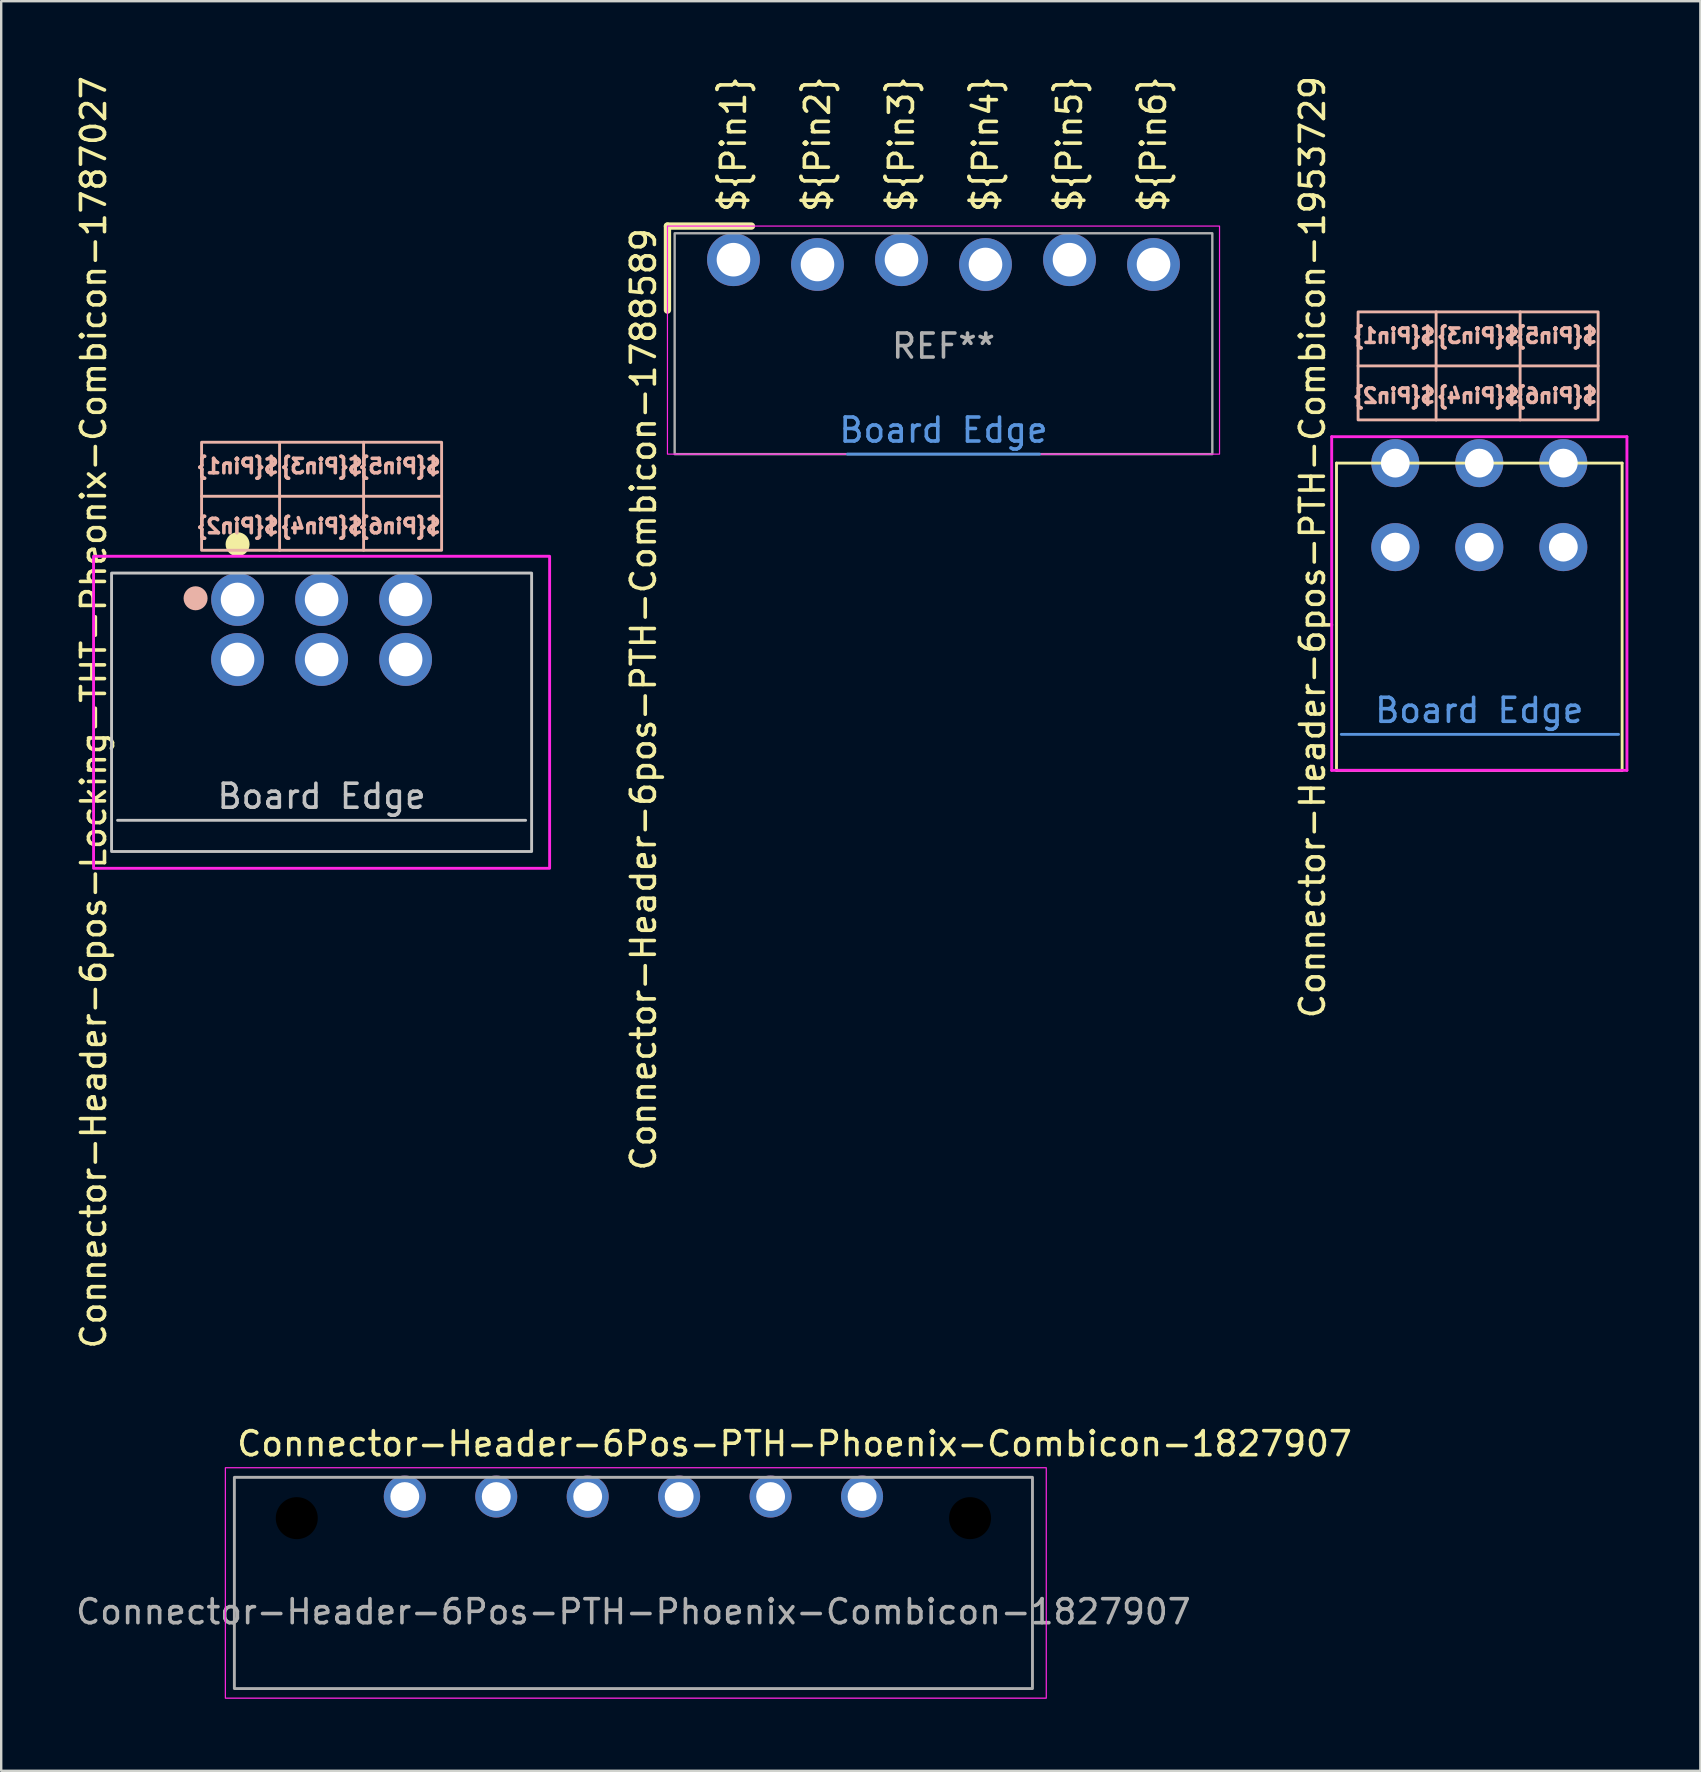
<source format=kicad_pcb>
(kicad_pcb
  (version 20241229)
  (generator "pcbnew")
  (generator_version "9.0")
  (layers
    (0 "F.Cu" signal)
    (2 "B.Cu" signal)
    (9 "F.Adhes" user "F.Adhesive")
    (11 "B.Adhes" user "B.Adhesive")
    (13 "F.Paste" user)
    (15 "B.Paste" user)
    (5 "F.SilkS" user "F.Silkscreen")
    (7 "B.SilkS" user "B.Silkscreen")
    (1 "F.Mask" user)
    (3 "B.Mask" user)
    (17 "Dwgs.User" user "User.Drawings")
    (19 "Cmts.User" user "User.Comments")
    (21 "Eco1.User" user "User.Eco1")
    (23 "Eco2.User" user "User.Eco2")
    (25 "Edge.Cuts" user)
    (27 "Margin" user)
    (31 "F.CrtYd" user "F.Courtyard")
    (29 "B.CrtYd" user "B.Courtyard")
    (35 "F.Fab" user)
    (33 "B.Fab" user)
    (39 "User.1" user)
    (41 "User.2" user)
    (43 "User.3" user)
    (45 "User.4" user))
  (footprint "Connector-Header-6pos-PTH-Combicon-1953729"
    (layer "F.Cu")
    (at 58.58 19.744)
    (property "Reference" "Connector-Header-6pos-PTH-Combicon-1953729" (at -6.95 0 90) (unlocked yes) (layer "F.SilkS") (effects (font (size 1 1) (thickness 0.15))))
    (attr through_hole)
    (fp_line (start -5.95 -3.5) (end -5.95 9.3) (stroke (width 0.12) (type solid)) (layer "F.SilkS"))
    (fp_line (start 5.95 -3.5) (end -5.95 -3.5) (stroke (width 0.12) (type solid)) (layer "F.SilkS"))
    (fp_line (start 5.95 -3.5) (end 5.95 9.3) (stroke (width 0.12) (type solid)) (layer "F.SilkS"))
    (fp_line (start 5.95 9.3) (end -5.95 9.3) (stroke (width 0.12) (type solid)) (layer "F.SilkS"))
    (fp_line (start -5.05 -7.55) (end 4.95 -7.55) (stroke (width 0.12) (type solid)) (layer "B.SilkS"))
    (fp_line (start -1.8 -9.8) (end -1.8 -5.3) (stroke (width 0.12) (type solid)) (layer "B.SilkS"))
    (fp_line (start 1.7 -9.8) (end 1.7 -5.3) (stroke (width 0.12) (type solid)) (layer "B.SilkS"))
    (fp_rect (start -5.05 -9.8) (end 4.95 -5.3) (stroke (width 0.12) (type solid)) (fill no) (layer "B.SilkS"))
    (fp_line (start 5.8 7.8) (end -5.75 7.8) (stroke (width 0.12) (type solid)) (layer "Cmts.User"))
    (fp_line (start -6.15 -4.6) (end -6.15 9.3) (stroke (width 0.12) (type solid)) (layer "F.CrtYd"))
    (fp_line (start -6.15 9.3) (end 6.15 9.3) (stroke (width 0.12) (type solid)) (layer "F.CrtYd"))
    (fp_line (start 6.15 -4.6) (end -6.15 -4.6) (stroke (width 0.12) (type solid)) (layer "F.CrtYd"))
    (fp_line (start 6.15 9.3) (end 6.15 -4.6) (stroke (width 0.12) (type solid)) (layer "F.CrtYd"))
    (fp_text user "${Pin4}" (at -0.05 -6.3 0) (unlocked yes) (layer "B.SilkS") (effects (font (size 0.6 0.6) (thickness 0.15)) (justify mirror)))
    (fp_text user "${Pin6}" (at 3.2 -6.3 0) (unlocked yes) (layer "B.SilkS") (effects (font (size 0.6 0.6) (thickness 0.15)) (justify mirror)))
    (fp_text user "${Pin3}" (at -0.05 -8.8 0) (unlocked yes) (layer "B.SilkS") (effects (font (size 0.6 0.6) (thickness 0.15)) (justify mirror)))
    (fp_text user "${Pin5}" (at 3.2 -8.8 0) (unlocked yes) (layer "B.SilkS") (effects (font (size 0.6 0.6) (thickness 0.15)) (justify mirror)))
    (fp_text user "${Pin2}" (at -3.55 -6.3 0) (unlocked yes) (layer "B.SilkS") (effects (font (size 0.6 0.6) (thickness 0.15)) (justify mirror)))
    (fp_text user "${Pin1}" (at -3.55 -8.8 0) (unlocked yes) (layer "B.SilkS") (effects (font (size 0.6 0.6) (thickness 0.15)) (justify mirror)))
    (fp_text user "Board Edge" (at 0 6.8 0) (unlocked yes) (layer "Cmts.User") (effects (font (size 1 1) (thickness 0.15))))
    (pad "1" thru_hole circle (at -3.5 -3.5) (size 2 2) (drill 1.2) (layers "*.Cu" "*.Mask"))
    (pad "2" thru_hole circle (at -3.5 0) (size 2 2) (drill 1.2) (layers "*.Cu" "*.Mask"))
    (pad "3" thru_hole circle (at 0 -3.5) (size 2 2) (drill 1.2) (layers "*.Cu" "*.Mask"))
    (pad "4" thru_hole circle (at 0 0) (size 2 2) (drill 1.2) (layers "*.Cu" "*.Mask"))
    (pad "5" thru_hole circle (at 3.5 -3.5) (size 2 2) (drill 1.2) (layers "*.Cu" "*.Mask"))
    (pad "6" thru_hole circle (at 3.5 0) (size 2 2) (drill 1.2) (layers "*.Cu" "*.Mask")))
  (footprint "Connector-Header-6pos-Locking-THT-Pheonix-Combicon-1787027"
    (layer "F.Cu")
    (at 10.348 26.625)
    (property "Reference" "Connector-Header-6pos-Locking-THT-Pheonix-Combicon-1787027" (at -9.5 0 90) (unlocked yes) (layer "F.SilkS") (effects (font (size 1 1) (thickness 0.15))))
    (attr through_hole)
    (fp_circle (center -3.5 -7) (end -3.25 -7) (stroke (width 0.5) (type solid)) (fill yes) (layer "F.SilkS"))
    (fp_line (start -5 -9) (end 5 -9) (stroke (width 0.12) (type solid)) (layer "B.SilkS"))
    (fp_line (start -1.75 -11.25) (end -1.75 -6.75) (stroke (width 0.12) (type solid)) (layer "B.SilkS"))
    (fp_line (start 1.75 -11.25) (end 1.75 -6.75) (stroke (width 0.12) (type solid)) (layer "B.SilkS"))
    (fp_rect (start -5 -11.25) (end 5 -6.75) (stroke (width 0.12) (type solid)) (fill no) (layer "B.SilkS"))
    (fp_circle (center -5.25 -4.75) (end -5 -4.75) (stroke (width 0.5) (type solid)) (fill yes) (layer "B.SilkS"))
    (fp_line (start -8.5 4.5) (end 8.5 4.5) (stroke (width 0.12) (type solid)) (layer "Dwgs.User"))
    (fp_poly (pts (xy 8.75 5.8) (xy 8.75 -5.8) (xy -8.75 -5.8) (xy -8.75 5.8)) (stroke (width 0.12) (type solid)) (fill no) (layer "Dwgs.User"))
    (fp_poly (pts (xy 9.5 6.5) (xy 9.5 -6.5) (xy -9.5 -6.5) (xy -9.5 6.5)) (stroke (width 0.12) (type solid)) (fill no) (layer "F.CrtYd"))
    (fp_text user "${Pin3}" (at 0 -10.25 0) (unlocked yes) (layer "B.SilkS") (effects (font (size 0.6 0.6) (thickness 0.15)) (justify mirror)))
    (fp_text user "${Pin6}" (at 3.25 -7.75 0) (unlocked yes) (layer "B.SilkS") (effects (font (size 0.6 0.6) (thickness 0.15)) (justify mirror)))
    (fp_text user "${Pin2}" (at -3.5 -7.75 0) (unlocked yes) (layer "B.SilkS") (effects (font (size 0.6 0.6) (thickness 0.15)) (justify mirror)))
    (fp_text user "${Pin1}" (at -3.5 -10.25 0) (unlocked yes) (layer "B.SilkS") (effects (font (size 0.6 0.6) (thickness 0.15)) (justify mirror)))
    (fp_text user "${Pin5}" (at 3.25 -10.25 0) (unlocked yes) (layer "B.SilkS") (effects (font (size 0.6 0.6) (thickness 0.15)) (justify mirror)))
    (fp_text user "${Pin4}" (at 0 -7.75 0) (unlocked yes) (layer "B.SilkS") (effects (font (size 0.6 0.6) (thickness 0.15)) (justify mirror)))
    (fp_text user "Board Edge" (at 0 3.5 0) (unlocked yes) (layer "Dwgs.User") (effects (font (size 1 1) (thickness 0.15))))
    (pad "1" thru_hole circle (at -3.5 -4.7) (size 2.2 2.2) (drill 1.4) (layers "*.Cu" "*.Mask"))
    (pad "2" thru_hole circle (at -3.5 -2.2) (size 2.2 2.2) (drill 1.4) (layers "*.Cu" "*.Mask"))
    (pad "3" thru_hole circle (at 0 -4.7) (size 2.2 2.2) (drill 1.4) (layers "*.Cu" "*.Mask"))
    (pad "4" thru_hole circle (at 0 -2.2) (size 2.2 2.2) (drill 1.4) (layers "*.Cu" "*.Mask"))
    (pad "5" thru_hole circle (at 3.5 -4.7 90) (size 2.2 2.2) (drill 1.4) (layers "*.Cu" "*.Mask"))
    (pad "6" thru_hole circle (at 3.5 -2.2) (size 2.2 2.2) (drill 1.4) (layers "*.Cu" "*.Mask")))
  (footprint "Connector-Header-6pos-PTH-Combicon-1788589"
    (layer "F.Cu")
    (at 36.257 7.869)
    (property "Reference" "Connector-Header-6pos-PTH-Combicon-1788589" (at -12.5 -1.5 90) (unlocked yes) (layer "F.SilkS") (effects (font (size 1 1) (thickness 0.15)) (justify right)))
    (attr through_hole)
    (fp_line (start -11.5 -1.5) (end -11.5 2) (stroke (width 0.305) (type default)) (layer "F.SilkS"))
    (fp_line (start -8 -1.5) (end -11.5 -1.5) (stroke (width 0.305) (type default)) (layer "F.SilkS"))
    (fp_line (start 4 8) (end -4 8) (stroke (width 0.12) (type solid)) (layer "Cmts.User"))
    (fp_rect (start -11.5 -1.5) (end 11.5 8) (stroke (width 0.05) (type default)) (fill no) (layer "F.CrtYd"))
    (fp_rect (start -11.2 -1.2) (end 11.2 8) (stroke (width 0.1) (type default)) (fill no) (layer "F.Fab"))
    (fp_text user "${Pin4}" (at 1.75 -2 90) (unlocked yes) (layer "F.SilkS") (effects (font (size 1 1) (thickness 0.15)) (justify left)))
    (fp_text user "${Pin2}" (at -5.25 -2 90) (unlocked yes) (layer "F.SilkS") (effects (font (size 1 1) (thickness 0.15)) (justify left)))
    (fp_text user "${Pin5}" (at 5.25 -2 90) (unlocked yes) (layer "F.SilkS") (effects (font (size 1 1) (thickness 0.15)) (justify left)))
    (fp_text user "${Pin3}" (at -1.75 -2 90) (unlocked yes) (layer "F.SilkS") (effects (font (size 1 1) (thickness 0.15)) (justify left)))
    (fp_text user "${Pin6}" (at 8.75 -2 90) (unlocked yes) (layer "F.SilkS") (effects (font (size 1 1) (thickness 0.15)) (justify left)))
    (fp_text user "${Pin1}" (at -8.75 -2 90) (unlocked yes) (layer "F.SilkS") (effects (font (size 1 1) (thickness 0.15)) (justify left)))
    (fp_text user "Board Edge" (at 0 7 0) (unlocked yes) (layer "Cmts.User") (effects (font (size 1 1) (thickness 0.15))))
    (fp_text user "REF**" (at 0 3.5 0) (unlocked yes) (layer "F.Fab") (effects (font (size 1 1) (thickness 0.15))))
    (pad "1" thru_hole circle (at -8.75 -0.1) (size 2.2 2.2) (drill 1.4) (layers "*.Cu" "*.Mask"))
    (pad "2" thru_hole circle (at -5.25 0.1) (size 2.2 2.2) (drill 1.4) (layers "*.Cu" "*.Mask"))
    (pad "3" thru_hole circle (at -1.75 -0.1) (size 2.2 2.2) (drill 1.4) (layers "*.Cu" "*.Mask"))
    (pad "4" thru_hole circle (at 1.75 0.1) (size 2.2 2.2) (drill 1.4) (layers "*.Cu" "*.Mask"))
    (pad "5" thru_hole circle (at 5.25 -0.1) (size 2.2 2.2) (drill 1.4) (layers "*.Cu" "*.Mask"))
    (pad "6" thru_hole circle (at 8.75 0.1) (size 2.2 2.2) (drill 1.4) (layers "*.Cu" "*.Mask")))
  (footprint "Connector-Header-6Pos-PTH-Phoenix-Combicon-1827907"
    (layer "F.Cu")
    (at 23.339 59.298)
    (property "Reference" "Connector-Header-6Pos-PTH-Phoenix-Combicon-1827907" (at -16.6 -2.2 0) (unlocked yes) (layer "F.SilkS") (effects (font (size 1 1) (thickness 0.15)) (justify left)))
    (attr through_hole)
    (fp_rect (start -17 -1.2) (end 17.2 8.4) (stroke (width 0.05) (type solid)) (fill no) (layer "F.CrtYd"))
    (fp_rect (start -16.625 -0.8) (end 16.625 8) (stroke (width 0.12) (type solid)) (fill no) (layer "F.Fab"))
    (fp_text user "${REFERENCE}" (at 0 4.8 0) (unlocked yes) (layer "F.Fab") (effects (font (size 1 1) (thickness 0.15))))
    (pad "" np_thru_hole circle (at -14.025 0.9) (size 1.75 1.75) (drill 2.4) (layers "*.Mask"))
    (pad "" np_thru_hole circle (at 14.025 0.9) (size 1.75 1.75) (drill 2.4) (layers "*.Mask"))
    (pad "1" thru_hole circle (at -9.525 0) (size 1.75 1.75) (drill 1.2) (layers "*.Cu" "*.Mask"))
    (pad "2" thru_hole circle (at -5.715 0) (size 1.75 1.75) (drill 1.2) (layers "*.Cu" "*.Mask"))
    (pad "3" thru_hole circle (at -1.905 0) (size 1.75 1.75) (drill 1.2) (layers "*.Cu" "*.Mask"))
    (pad "4" thru_hole circle (at 1.905 0) (size 1.75 1.75) (drill 1.2) (layers "*.Cu" "*.Mask"))
    (pad "5" thru_hole circle (at 5.715 0) (size 1.75 1.75) (drill 1.2) (layers "*.Cu" "*.Mask"))
    (pad "6" thru_hole circle (at 9.525 0) (size 1.75 1.75) (drill 1.2) (layers "*.Cu" "*.Mask")))
  (gr_rect
    (start -3 -3)
    (end 67.79 70.723)
    (stroke (width 0.1) (type default))
    (fill no)
    (layer "Edge.Cuts")))
</source>
